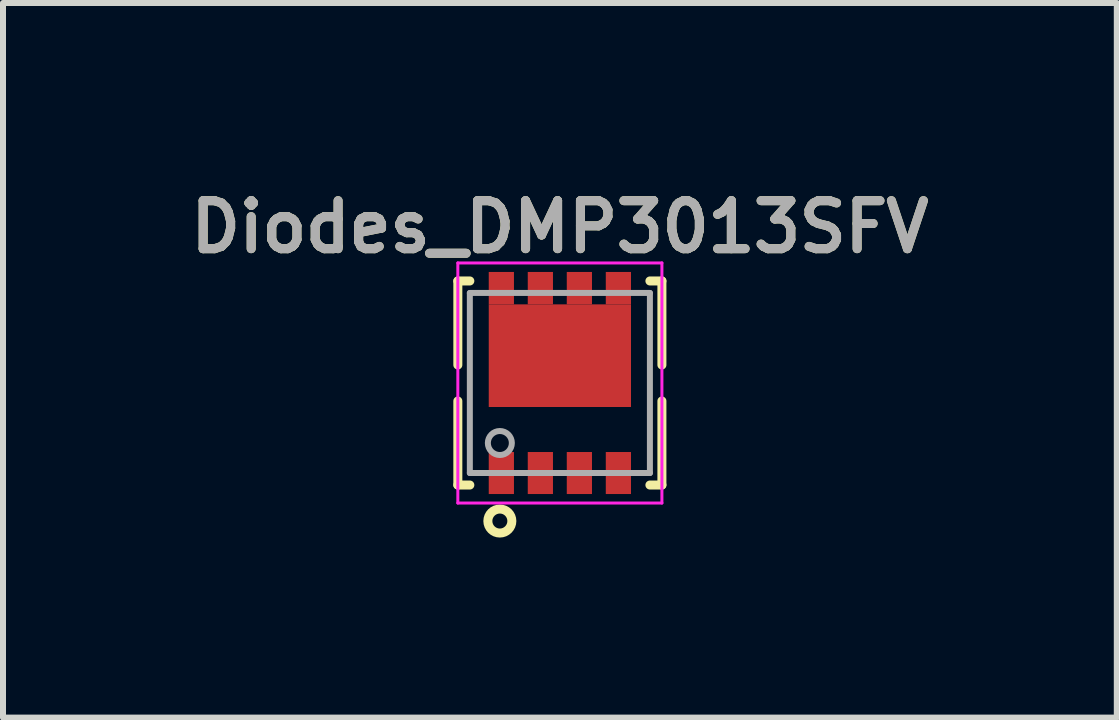
<source format=kicad_pcb>
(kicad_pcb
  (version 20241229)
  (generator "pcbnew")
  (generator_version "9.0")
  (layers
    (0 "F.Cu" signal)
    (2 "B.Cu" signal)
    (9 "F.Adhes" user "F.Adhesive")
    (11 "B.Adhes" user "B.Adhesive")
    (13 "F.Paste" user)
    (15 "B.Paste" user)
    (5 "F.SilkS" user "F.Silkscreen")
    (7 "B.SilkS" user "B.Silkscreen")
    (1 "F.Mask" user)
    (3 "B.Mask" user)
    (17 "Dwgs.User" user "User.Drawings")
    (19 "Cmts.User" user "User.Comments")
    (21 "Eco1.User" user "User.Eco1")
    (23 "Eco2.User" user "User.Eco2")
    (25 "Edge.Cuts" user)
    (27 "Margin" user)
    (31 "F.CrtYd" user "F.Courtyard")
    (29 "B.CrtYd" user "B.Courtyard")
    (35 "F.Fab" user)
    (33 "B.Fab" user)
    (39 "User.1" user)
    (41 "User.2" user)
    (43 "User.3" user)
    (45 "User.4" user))
  (footprint "Diodes_DMP3013SFV"
    (layer "F.Cu")
    (at 6.278 3.331)
    (property "Reference" "Diodes_DMP3013SFV" (at 0 -2.6 0) (layer "F.SilkS") (effects (font (size 0.8 0.8) (thickness 0.15))))
    (attr smd)
    (fp_line (start -1.7 -1.7) (end -1.7 -0.3) (stroke (width 0.15) (type solid)) (layer "F.SilkS"))
    (fp_line (start -1.7 0.3) (end -1.7 1.7) (stroke (width 0.15) (type solid)) (layer "F.SilkS"))
    (fp_line (start -1.7 1.7) (end -1.5 1.7) (stroke (width 0.15) (type solid)) (layer "F.SilkS"))
    (fp_line (start -1.5 -1.7) (end -1.7 -1.7) (stroke (width 0.15) (type solid)) (layer "F.SilkS"))
    (fp_line (start 1.5 1.7) (end 1.7 1.7) (stroke (width 0.15) (type solid)) (layer "F.SilkS"))
    (fp_line (start 1.7 -1.7) (end 1.5 -1.7) (stroke (width 0.15) (type solid)) (layer "F.SilkS"))
    (fp_line (start 1.7 -1.7) (end 1.7 -0.3) (stroke (width 0.15) (type solid)) (layer "F.SilkS"))
    (fp_line (start 1.7 0.3) (end 1.7 1.7) (stroke (width 0.15) (type solid)) (layer "F.SilkS"))
    (fp_circle (center -1 2.3) (end -1 2.1) (stroke (width 0.15) (type solid)) (fill no) (layer "F.SilkS"))
    (fp_line (start -1.7 -2) (end 1.7 -2) (stroke (width 0.05) (type solid)) (layer "F.CrtYd"))
    (fp_line (start -1.7 2) (end -1.7 -2) (stroke (width 0.05) (type solid)) (layer "F.CrtYd"))
    (fp_line (start 1.7 -2) (end 1.7 2) (stroke (width 0.05) (type solid)) (layer "F.CrtYd"))
    (fp_line (start 1.7 2) (end -1.7 2) (stroke (width 0.05) (type solid)) (layer "F.CrtYd"))
    (fp_line (start -1.5 -1.5) (end 1.5 -1.5) (stroke (width 0.1) (type solid)) (layer "F.Fab"))
    (fp_line (start -1.5 1.5) (end -1.5 -1.5) (stroke (width 0.1) (type solid)) (layer "F.Fab"))
    (fp_line (start 1.5 -1.5) (end 1.5 1.5) (stroke (width 0.1) (type solid)) (layer "F.Fab"))
    (fp_line (start 1.5 1.5) (end -1.5 1.5) (stroke (width 0.1) (type solid)) (layer "F.Fab"))
    (fp_circle (center -1 1) (end -1 0.8) (stroke (width 0.1) (type solid)) (fill no) (layer "F.Fab"))
    (fp_text user "${REFERENCE}" (at 0 -2.6 0) (layer "F.Fab") (effects (font (size 0.8 0.8) (thickness 0.15))))
    (pad "D" smd rect (at -0.975 -1.58) (size 0.42 0.54) (layers "F.Cu" "F.Mask" "F.Paste"))
    (pad "D" smd rect (at -0.325 -1.58) (size 0.42 0.54) (layers "F.Cu" "F.Mask" "F.Paste"))
    (pad "D" smd rect (at 0 -0.455) (size 2.37 1.71) (layers "F.Cu" "F.Mask" "F.Paste"))
    (pad "D" smd rect (at 0.325 -1.58) (size 0.42 0.54) (layers "F.Cu" "F.Mask" "F.Paste"))
    (pad "D" smd rect (at 0.975 -1.58) (size 0.42 0.54) (layers "F.Cu" "F.Mask" "F.Paste"))
    (pad "G" smd rect (at 0.975 1.5) (size 0.42 0.7) (layers "F.Cu" "F.Mask" "F.Paste"))
    (pad "S" smd rect (at -0.975 1.5) (size 0.42 0.7) (layers "F.Cu" "F.Mask" "F.Paste"))
    (pad "S" smd rect (at -0.325 1.5) (size 0.42 0.7) (layers "F.Cu" "F.Mask" "F.Paste"))
    (pad "S" smd rect (at 0.325 1.5) (size 0.42 0.7) (layers "F.Cu" "F.Mask" "F.Paste")))
  (gr_rect
    (start -3 -3)
    (end 15.557 8.906)
    (stroke (width 0.1) (type default))
    (fill no)
    (layer "Edge.Cuts")))
</source>
